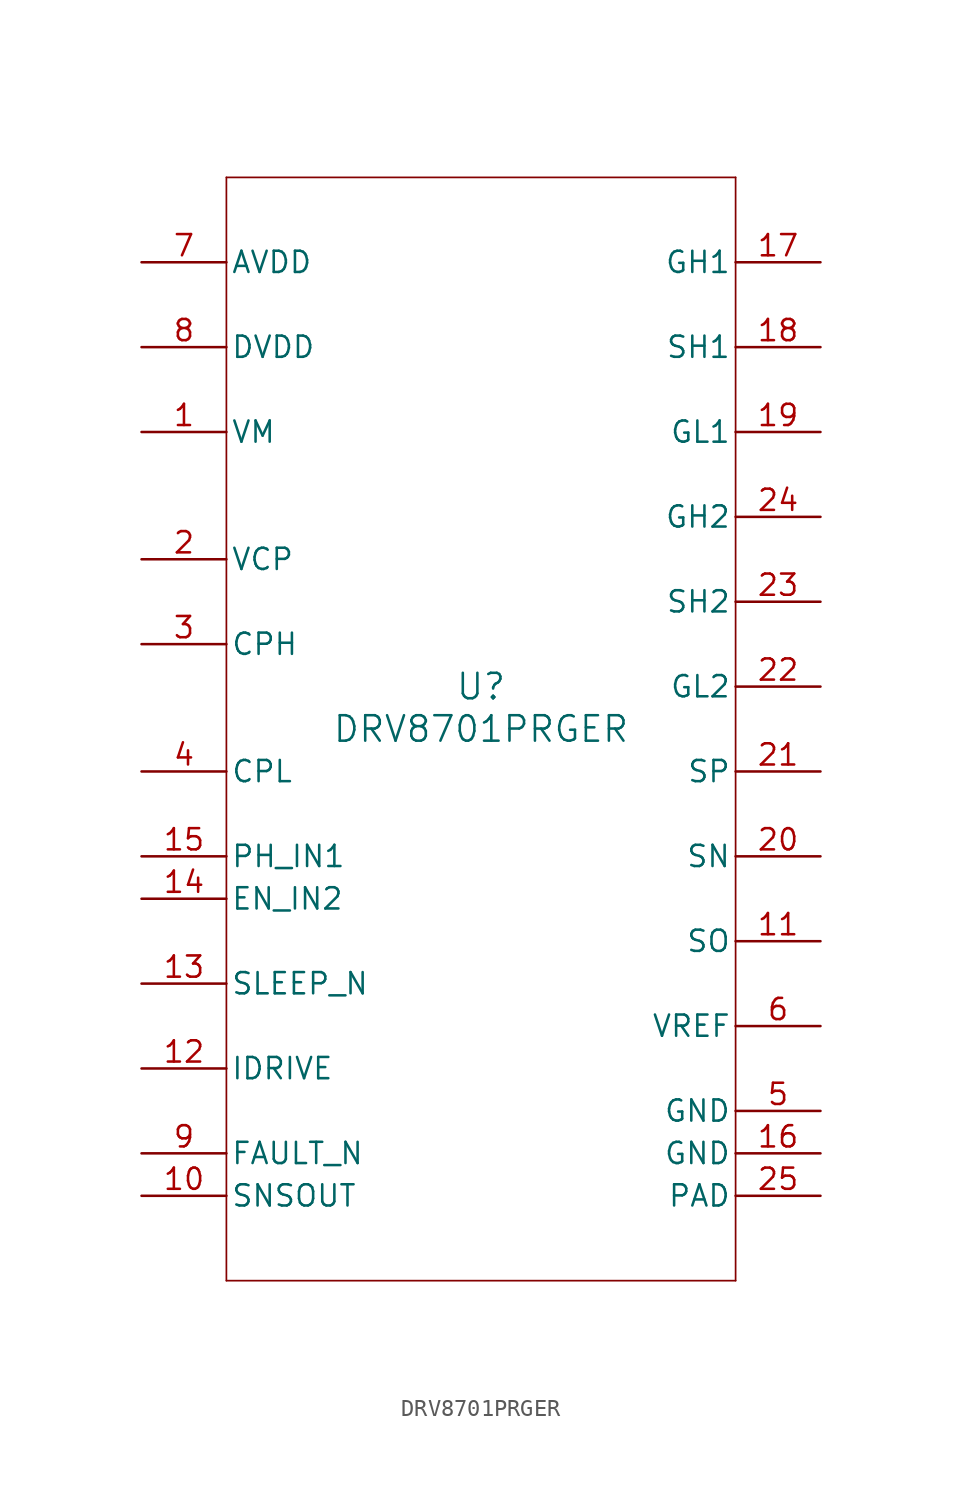
<source format=kicad_sym>
(kicad_symbol_lib
  (version 20211014)
  (generator kicad_symbol_editor)
  (symbol "DRV8701PRGER"
    (pin_names
      (offset 0.254))
    (property "Reference" "U"
      (at 0 2.54 0)
      (effects (font (size 1.524 1.524))))
    (property "Value" "DRV8701PRGER"
      (at 0 0 0)
      (effects (font (size 1.524 1.524))))
    (symbol "DRV8701PRGER_0_1"
      (polyline (pts (xy -15.24 -33.02) (xy 15.24 -33.02)) (stroke (width 0.102) (type default) (color 0 0 0 0)) (fill (type none)))
      (polyline (pts (xy 15.24 -33.02) (xy 15.24 33.02)) (stroke (width 0.102) (type default) (color 0 0 0 0)) (fill (type none)))
      (polyline (pts (xy 15.24 33.02) (xy -15.24 33.02)) (stroke (width 0.102) (type default) (color 0 0 0 0)) (fill (type none)))
      (polyline (pts (xy -15.24 33.02) (xy -15.24 -33.02)) (stroke (width 0.102) (type default) (color 0 0 0 0)) (fill (type none)))
      (pin power_in line (at -20.32 17.78 0) (length 5.08) (name "VM" (effects (font (size 1.27 1.27)))) (number "1" (effects (font (size 1.27 1.27)))))
      (pin power_in line (at -20.32 10.16 0) (length 5.08) (name "VCP" (effects (font (size 1.27 1.27)))) (number "2" (effects (font (size 1.27 1.27)))))
      (pin unspecified line (at -20.32 5.08 0) (length 5.08) (name "CPH" (effects (font (size 1.27 1.27)))) (number "3" (effects (font (size 1.27 1.27)))))
      (pin unspecified line (at -20.32 -2.54 0) (length 5.08) (name "CPL" (effects (font (size 1.27 1.27)))) (number "4" (effects (font (size 1.27 1.27)))))
      (pin power_in line (at 20.32 -22.86 180) (length 5.08) (name "GND" (effects (font (size 1.27 1.27)))) (number "5" (effects (font (size 1.27 1.27)))))
      (pin input line (at 20.32 -17.78 180) (length 5.08) (name "VREF" (effects (font (size 1.27 1.27)))) (number "6" (effects (font (size 1.27 1.27)))))
      (pin power_in line (at -20.32 27.94 0) (length 5.08) (name "AVDD" (effects (font (size 1.27 1.27)))) (number "7" (effects (font (size 1.27 1.27)))))
      (pin power_in line (at -20.32 22.86 0) (length 5.08) (name "DVDD" (effects (font (size 1.27 1.27)))) (number "8" (effects (font (size 1.27 1.27)))))
      (pin open_collector line (at -20.32 -25.4 0) (length 5.08) (name "FAULT_N" (effects (font (size 1.27 1.27)))) (number "9" (effects (font (size 1.27 1.27)))))
      (pin open_collector line (at -20.32 -27.94 0) (length 5.08) (name "SNSOUT" (effects (font (size 1.27 1.27)))) (number "10" (effects (font (size 1.27 1.27)))))
      (pin output line (at 20.32 -12.7 180) (length 5.08) (name "SO" (effects (font (size 1.27 1.27)))) (number "11" (effects (font (size 1.27 1.27)))))
      (pin input line (at -20.32 -20.32 0) (length 5.08) (name "IDRIVE" (effects (font (size 1.27 1.27)))) (number "12" (effects (font (size 1.27 1.27)))))
      (pin input line (at -20.32 -15.24 0) (length 5.08) (name "SLEEP_N" (effects (font (size 1.27 1.27)))) (number "13" (effects (font (size 1.27 1.27)))))
      (pin input line (at -20.32 -10.16 0) (length 5.08) (name "EN_IN2" (effects (font (size 1.27 1.27)))) (number "14" (effects (font (size 1.27 1.27)))))
      (pin input line (at -20.32 -7.62 0) (length 5.08) (name "PH_IN1" (effects (font (size 1.27 1.27)))) (number "15" (effects (font (size 1.27 1.27)))))
      (pin power_in line (at 20.32 -25.4 180) (length 5.08) (name "GND" (effects (font (size 1.27 1.27)))) (number "16" (effects (font (size 1.27 1.27)))))
      (pin power_in line (at 20.32 27.94 180) (length 5.08) (name "GH1" (effects (font (size 1.27 1.27)))) (number "17" (effects (font (size 1.27 1.27)))))
      (pin input line (at 20.32 22.86 180) (length 5.08) (name "SH1" (effects (font (size 1.27 1.27)))) (number "18" (effects (font (size 1.27 1.27)))))
      (pin output line (at 20.32 17.78 180) (length 5.08) (name "GL1" (effects (font (size 1.27 1.27)))) (number "19" (effects (font (size 1.27 1.27)))))
      (pin input line (at 20.32 -7.62 180) (length 5.08) (name "SN" (effects (font (size 1.27 1.27)))) (number "20" (effects (font (size 1.27 1.27)))))
      (pin input line (at 20.32 -2.54 180) (length 5.08) (name "SP" (effects (font (size 1.27 1.27)))) (number "21" (effects (font (size 1.27 1.27)))))
      (pin output line (at 20.32 2.54 180) (length 5.08) (name "GL2" (effects (font (size 1.27 1.27)))) (number "22" (effects (font (size 1.27 1.27)))))
      (pin input line (at 20.32 7.62 180) (length 5.08) (name "SH2" (effects (font (size 1.27 1.27)))) (number "23" (effects (font (size 1.27 1.27)))))
      (pin power_in line (at 20.32 12.7 180) (length 5.08) (name "GH2" (effects (font (size 1.27 1.27)))) (number "24" (effects (font (size 1.27 1.27)))))
      (pin power_in line (at 20.32 -27.94 180) (length 5.08) (name "PAD" (effects (font (size 1.27 1.27)))) (number "25" (effects (font (size 1.27 1.27))))))))
</source>
